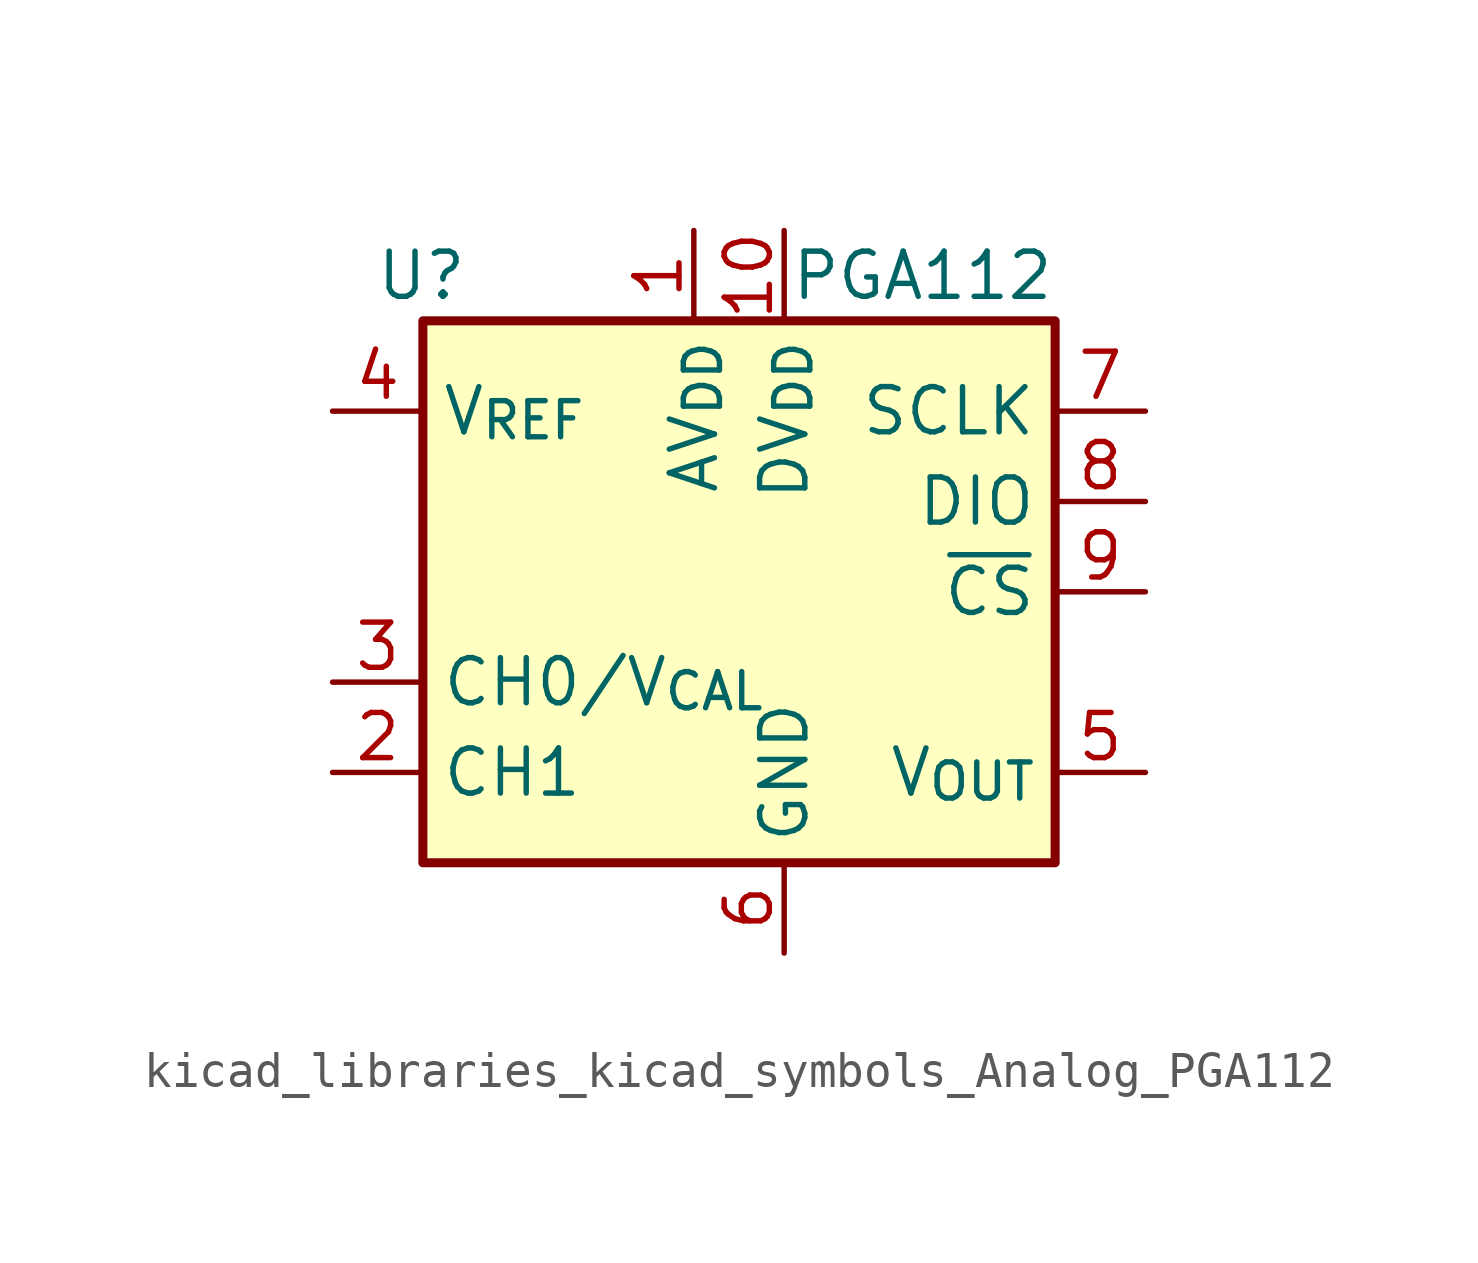
<source format=kicad_sym>
(kicad_symbol_lib
  (version 20220914)
  (generator kicad_symbol_editor)
  (symbol "kicad_libraries_kicad_symbols_Analog_PGA112"
    (property "Reference" "U"
      (at -8.89 8.89 0)
      (effects (font (size 1.27 1.27)) (justify right)))
    (property "Value" "PGA112"
      (at 7.62 8.89 0)
      (effects (font (size 1.27 1.27)) (justify right)))
    (symbol "kicad_libraries_kicad_symbols_Analog_PGA112_0_1"
      (rectangle (start -10.16 7.62) (end 7.62 -7.62) (stroke (width 0.254) (type default)) (fill (type background))))
    (symbol "kicad_libraries_kicad_symbols_Analog_PGA112_1_1"
      (pin power_in line (at -2.54 10.16 270) (length 2.54) (name "AV_{DD}" (effects (font (size 1.27 1.27)))) (number "1" (effects (font (size 1.27 1.27)))))
      (pin power_in line (at 0 10.16 270) (length 2.54) (name "DV_{DD}" (effects (font (size 1.27 1.27)))) (number "10" (effects (font (size 1.27 1.27)))))
      (pin input line (at -12.7 -5.08 0) (length 2.54) (name "CH1" (effects (font (size 1.27 1.27)))) (number "2" (effects (font (size 1.27 1.27)))))
      (pin input line (at -12.7 -2.54 0) (length 2.54) (name "CH0/V_{CAL}" (effects (font (size 1.27 1.27)))) (number "3" (effects (font (size 1.27 1.27)))))
      (pin input line (at -12.7 5.08 0) (length 2.54) (name "V_{REF}" (effects (font (size 1.27 1.27)))) (number "4" (effects (font (size 1.27 1.27)))))
      (pin output line (at 10.16 -5.08 180) (length 2.54) (name "V_{OUT}" (effects (font (size 1.27 1.27)))) (number "5" (effects (font (size 1.27 1.27)))))
      (pin power_in line (at 0 -10.16 90) (length 2.54) (name "GND" (effects (font (size 1.27 1.27)))) (number "6" (effects (font (size 1.27 1.27)))))
      (pin input line (at 10.16 5.08 180) (length 2.54) (name "SCLK" (effects (font (size 1.27 1.27)))) (number "7" (effects (font (size 1.27 1.27)))))
      (pin bidirectional line (at 10.16 2.54 180) (length 2.54) (name "DIO" (effects (font (size 1.27 1.27)))) (number "8" (effects (font (size 1.27 1.27)))))
      (pin input line (at 10.16 0 180) (length 2.54) (name "~{CS}" (effects (font (size 1.27 1.27)))) (number "9" (effects (font (size 1.27 1.27))))))))
</source>
